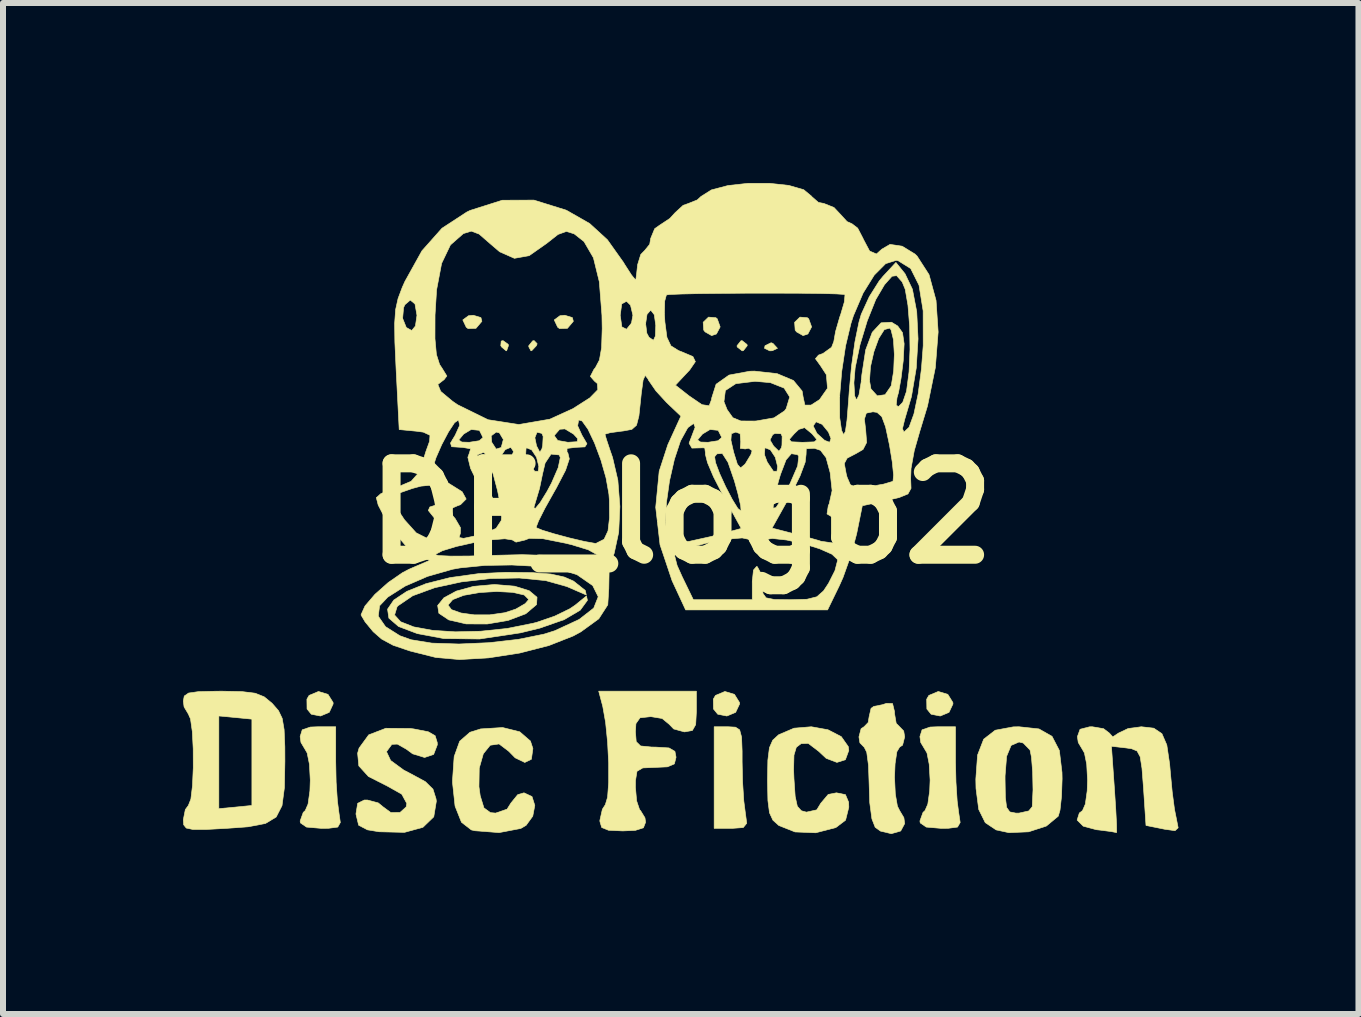
<source format=kicad_pcb>
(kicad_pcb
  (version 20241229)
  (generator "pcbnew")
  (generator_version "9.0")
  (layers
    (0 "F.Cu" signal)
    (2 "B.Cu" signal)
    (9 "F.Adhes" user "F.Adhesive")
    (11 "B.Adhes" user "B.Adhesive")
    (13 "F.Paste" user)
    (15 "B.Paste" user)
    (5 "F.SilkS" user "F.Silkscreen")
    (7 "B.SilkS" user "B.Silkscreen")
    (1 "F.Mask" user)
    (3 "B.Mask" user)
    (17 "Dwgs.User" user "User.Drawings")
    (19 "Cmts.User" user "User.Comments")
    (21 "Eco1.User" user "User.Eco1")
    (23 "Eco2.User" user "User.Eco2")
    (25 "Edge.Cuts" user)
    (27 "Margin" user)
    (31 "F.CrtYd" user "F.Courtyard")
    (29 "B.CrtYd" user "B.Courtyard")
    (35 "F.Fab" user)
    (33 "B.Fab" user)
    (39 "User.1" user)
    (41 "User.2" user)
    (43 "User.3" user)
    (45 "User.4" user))
  (footprint "DF_logo2"
    (layer "F.Cu")
    (at 8.302 5.506)
    (property "Reference" "DF_logo2" (at 0 0 0) (layer "F.SilkS") (effects (font (size 1.524 1.524) (thickness 0.3))))
    (attr through_hole)
    (fp_poly (pts (xy 1.53 -2.833) (xy 1.605 -2.751) (xy 1.519 -2.711) (xy 1.477 -2.709) (xy 1.389 -2.751) (xy 1.398 -2.795) (xy 1.499 -2.844) (xy 1.53 -2.833)) (stroke (width 0.01) (type solid)) (fill yes) (layer "F.SilkS"))
    (fp_poly (pts (xy -3.337 -3.263) (xy -3.321 -3.201) (xy -3.42 -3.084) (xy -3.551 -3.08) (xy -3.582 -3.103) (xy -3.639 -3.224) (xy -3.544 -3.294) (xy -3.464 -3.302) (xy -3.337 -3.263)) (stroke (width 0.01) (type solid)) (fill yes) (layer "F.SilkS"))
    (fp_poly (pts (xy -2.882 -2.817) (xy -2.879 -2.794) (xy -2.908 -2.712) (xy -2.916 -2.709) (xy -2.988 -2.769) (xy -3.006 -2.794) (xy -2.999 -2.872) (xy -2.968 -2.879) (xy -2.882 -2.817)) (stroke (width 0.01) (type solid)) (fill yes) (layer "F.SilkS"))
    (fp_poly (pts (xy -2.4 -2.827) (xy -2.413 -2.794) (xy -2.489 -2.713) (xy -2.503 -2.709) (xy -2.539 -2.775) (xy -2.54 -2.794) (xy -2.475 -2.875) (xy -2.45 -2.879) (xy -2.4 -2.827)) (stroke (width 0.01) (type solid)) (fill yes) (layer "F.SilkS"))
    (fp_poly (pts (xy -1.813 -3.263) (xy -1.797 -3.201) (xy -1.896 -3.084) (xy -2.027 -3.08) (xy -2.058 -3.103) (xy -2.115 -3.224) (xy -2.02 -3.294) (xy -1.94 -3.302) (xy -1.813 -3.263)) (stroke (width 0.01) (type solid)) (fill yes) (layer "F.SilkS"))
    (fp_poly (pts (xy 1.098 -2.814) (xy 1.101 -2.794) (xy 1.036 -2.712) (xy 1.016 -2.709) (xy 0.934 -2.774) (xy 0.931 -2.794) (xy 0.996 -2.876) (xy 1.016 -2.879) (xy 1.098 -2.814)) (stroke (width 0.01) (type solid)) (fill yes) (layer "F.SilkS"))
    (fp_poly (pts (xy 0.579 -3.261) (xy 0.602 -3.242) (xy 0.65 -3.108) (xy 0.588 -2.99) (xy 0.508 -2.963) (xy 0.399 -3.025) (xy 0.376 -3.055) (xy 0.367 -3.185) (xy 0.456 -3.271) (xy 0.579 -3.261)) (stroke (width 0.01) (type solid)) (fill yes) (layer "F.SilkS"))
    (fp_poly (pts (xy 2.103 -3.261) (xy 2.126 -3.242) (xy 2.174 -3.108) (xy 2.112 -2.99) (xy 2.032 -2.963) (xy 1.923 -3.025) (xy 1.9 -3.055) (xy 1.891 -3.185) (xy 1.98 -3.271) (xy 2.103 -3.261)) (stroke (width 0.01) (type solid)) (fill yes) (layer "F.SilkS"))
    (fp_poly (pts (xy -5.886 3.016) (xy -5.801 3.151) (xy -5.8 3.176) (xy -5.865 3.316) (xy -6.011 3.377) (xy -6.164 3.347) (xy -6.235 3.26) (xy -6.237 3.096) (xy -6.201 3.034) (xy -6.044 2.968) (xy -5.886 3.016)) (stroke (width 0.01) (type solid)) (fill yes) (layer "F.SilkS"))
    (fp_poly (pts (xy 0.888 3.016) (xy 0.972 3.151) (xy 0.974 3.176) (xy 0.908 3.316) (xy 0.762 3.377) (xy 0.61 3.347) (xy 0.539 3.26) (xy 0.536 3.096) (xy 0.572 3.034) (xy 0.729 2.968) (xy 0.888 3.016)) (stroke (width 0.01) (type solid)) (fill yes) (layer "F.SilkS"))
    (fp_poly (pts (xy 4.444 3.016) (xy 4.528 3.151) (xy 4.53 3.176) (xy 4.464 3.316) (xy 4.318 3.377) (xy 4.166 3.347) (xy 4.095 3.26) (xy 4.092 3.096) (xy 4.128 3.034) (xy 4.285 2.968) (xy 4.444 3.016)) (stroke (width 0.01) (type solid)) (fill yes) (layer "F.SilkS"))
    (fp_poly (pts (xy 0.906 3.563) (xy 0.975 3.608) (xy 1.007 3.728) (xy 1.016 3.962) (xy 1.016 4.138) (xy 1.024 4.48) (xy 1.044 4.792) (xy 1.069 4.985) (xy 1.093 5.164) (xy 1.035 5.236) (xy 0.855 5.249) (xy 0.836 5.249) (xy 0.55 5.249) (xy 0.55 3.556) (xy 0.783 3.556) (xy 0.906 3.563)) (stroke (width 0.01) (type solid)) (fill yes) (layer "F.SilkS"))
    (fp_poly (pts (xy -5.757 4.138) (xy -5.75 4.48) (xy -5.729 4.792) (xy -5.704 4.985) (xy -5.68 5.152) (xy -5.723 5.228) (xy -5.875 5.248) (xy -6.001 5.249) (xy -6.244 5.228) (xy -6.344 5.159) (xy -6.35 5.127) (xy -6.298 4.983) (xy -6.265 4.953) (xy -6.218 4.845) (xy -6.187 4.625) (xy -6.181 4.445) (xy -6.195 4.181) (xy -6.233 3.993) (xy -6.265 3.937) (xy -6.336 3.818) (xy -6.35 3.72) (xy -6.315 3.607) (xy -6.18 3.561) (xy -6.054 3.556) (xy -5.757 3.556) (xy -5.757 4.138)) (stroke (width 0.01) (type solid)) (fill yes) (layer "F.SilkS"))
    (fp_poly (pts (xy 4.572 4.138) (xy 4.58 4.48) (xy 4.6 4.792) (xy 4.625 4.985) (xy 4.65 5.152) (xy 4.606 5.228) (xy 4.454 5.248) (xy 4.329 5.249) (xy 4.085 5.228) (xy 3.985 5.159) (xy 3.979 5.127) (xy 4.031 4.983) (xy 4.064 4.953) (xy 4.111 4.845) (xy 4.142 4.625) (xy 4.149 4.445) (xy 4.134 4.181) (xy 4.097 3.993) (xy 4.064 3.937) (xy 3.993 3.818) (xy 3.979 3.72) (xy 4.015 3.607) (xy 4.149 3.561) (xy 4.276 3.556) (xy 4.572 3.556) (xy 4.572 4.138)) (stroke (width 0.01) (type solid)) (fill yes) (layer "F.SilkS"))
    (fp_poly (pts (xy -2.777 1.213) (xy -2.532 1.289) (xy -2.402 1.398) (xy -2.41 1.52) (xy -2.59 1.673) (xy -2.881 1.783) (xy -3.231 1.843) (xy -3.583 1.842) (xy -3.873 1.775) (xy -4.038 1.664) (xy -4.058 1.535) (xy -4.052 1.528) (xy -3.885 1.528) (xy -3.828 1.604) (xy -3.67 1.66) (xy -3.447 1.691) (xy -3.191 1.691) (xy -2.938 1.655) (xy -2.756 1.595) (xy -2.599 1.504) (xy -2.54 1.435) (xy -2.615 1.36) (xy -2.809 1.316) (xy -3.074 1.302) (xy -3.362 1.319) (xy -3.626 1.366) (xy -3.807 1.437) (xy -3.885 1.528) (xy -4.052 1.528) (xy -3.954 1.407) (xy -3.747 1.295) (xy -3.459 1.216) (xy -3.112 1.185) (xy -3.111 1.185) (xy -2.777 1.213)) (stroke (width 0.01) (type solid)) (fill yes) (layer "F.SilkS"))
    (fp_poly (pts (xy -2.69 3.64) (xy -2.512 3.794) (xy -2.471 3.919) (xy -2.496 4.098) (xy -2.606 4.151) (xy -2.766 4.074) (xy -2.873 3.965) (xy -3.035 3.842) (xy -3.182 3.864) (xy -3.297 4.006) (xy -3.365 4.245) (xy -3.37 4.555) (xy -3.349 4.706) (xy -3.287 4.908) (xy -3.179 4.987) (xy -3.092 4.995) (xy -2.901 4.929) (xy -2.836 4.826) (xy -2.724 4.688) (xy -2.619 4.657) (xy -2.486 4.719) (xy -2.439 4.867) (xy -2.473 5.046) (xy -2.584 5.199) (xy -2.673 5.251) (xy -3.034 5.32) (xy -3.436 5.289) (xy -3.497 5.275) (xy -3.661 5.148) (xy -3.768 4.879) (xy -3.81 4.489) (xy -3.81 4.445) (xy -3.783 4.053) (xy -3.691 3.797) (xy -3.52 3.648) (xy -3.342 3.592) (xy -2.976 3.569) (xy -2.69 3.64)) (stroke (width 0.01) (type solid)) (fill yes) (layer "F.SilkS"))
    (fp_poly (pts (xy 3.523 3.169) (xy 3.556 3.304) (xy 3.556 3.335) (xy 3.584 3.499) (xy 3.641 3.556) (xy 3.709 3.627) (xy 3.725 3.725) (xy 3.69 3.863) (xy 3.641 3.895) (xy 3.595 3.972) (xy 3.565 4.173) (xy 3.556 4.398) (xy 3.569 4.675) (xy 3.604 4.879) (xy 3.641 4.953) (xy 3.712 5.072) (xy 3.725 5.17) (xy 3.659 5.293) (xy 3.503 5.338) (xy 3.322 5.295) (xy 3.234 5.232) (xy 3.179 5.091) (xy 3.143 4.821) (xy 3.133 4.513) (xy 3.122 4.199) (xy 3.093 3.981) (xy 3.05 3.895) (xy 3.048 3.895) (xy 2.979 3.824) (xy 2.963 3.725) (xy 2.999 3.588) (xy 3.048 3.556) (xy 3.117 3.485) (xy 3.133 3.387) (xy 3.165 3.249) (xy 3.21 3.217) (xy 3.352 3.189) (xy 3.422 3.166) (xy 3.523 3.169)) (stroke (width 0.01) (type solid)) (fill yes) (layer "F.SilkS"))
    (fp_poly (pts (xy 5.963 3.592) (xy 6.181 3.716) (xy 6.303 3.951) (xy 6.347 4.318) (xy 6.349 4.424) (xy 6.339 4.717) (xy 6.314 4.945) (xy 6.285 5.046) (xy 6.086 5.211) (xy 5.79 5.307) (xy 5.462 5.321) (xy 5.249 5.275) (xy 5.068 5.154) (xy 4.959 4.933) (xy 4.914 4.584) (xy 4.911 4.43) (xy 5.398 4.43) (xy 5.403 4.731) (xy 5.424 4.9) (xy 5.477 4.975) (xy 5.577 4.995) (xy 5.63 4.995) (xy 5.793 4.959) (xy 5.851 4.889) (xy 5.864 4.609) (xy 5.858 4.311) (xy 5.838 4.06) (xy 5.814 3.943) (xy 5.701 3.827) (xy 5.63 3.81) (xy 5.499 3.867) (xy 5.424 4.049) (xy 5.398 4.375) (xy 5.398 4.43) (xy 4.911 4.43) (xy 4.911 4.429) (xy 4.94 4.027) (xy 5.042 3.763) (xy 5.234 3.614) (xy 5.535 3.558) (xy 5.63 3.556) (xy 5.963 3.592)) (stroke (width 0.01) (type solid)) (fill yes) (layer "F.SilkS"))
    (fp_poly (pts (xy 2.447 3.606) (xy 2.668 3.72) (xy 2.786 3.888) (xy 2.794 3.951) (xy 2.737 4.106) (xy 2.596 4.15) (xy 2.417 4.082) (xy 2.292 3.965) (xy 2.118 3.833) (xy 1.999 3.837) (xy 1.919 3.898) (xy 1.88 4.029) (xy 1.874 4.27) (xy 1.88 4.423) (xy 1.9 4.716) (xy 1.936 4.881) (xy 2.003 4.956) (xy 2.088 4.979) (xy 2.26 4.941) (xy 2.327 4.831) (xy 2.451 4.684) (xy 2.588 4.657) (xy 2.738 4.687) (xy 2.791 4.813) (xy 2.794 4.897) (xy 2.74 5.113) (xy 2.578 5.236) (xy 2.243 5.323) (xy 1.898 5.309) (xy 1.628 5.202) (xy 1.529 5.113) (xy 1.472 4.989) (xy 1.446 4.786) (xy 1.439 4.46) (xy 1.439 4.445) (xy 1.445 4.113) (xy 1.471 3.906) (xy 1.526 3.78) (xy 1.623 3.691) (xy 1.628 3.688) (xy 1.881 3.58) (xy 2.169 3.556) (xy 2.447 3.606)) (stroke (width 0.01) (type solid)) (fill yes) (layer "F.SilkS"))
    (fp_poly (pts (xy -7.319 2.97) (xy -7.099 2.997) (xy -6.949 3.057) (xy -6.822 3.161) (xy -6.812 3.171) (xy -6.711 3.287) (xy -6.649 3.416) (xy -6.617 3.603) (xy -6.605 3.889) (xy -6.604 4.129) (xy -6.612 4.57) (xy -6.652 4.871) (xy -6.749 5.06) (xy -6.928 5.168) (xy -7.215 5.223) (xy -7.571 5.249) (xy -7.921 5.268) (xy -8.136 5.268) (xy -8.248 5.244) (xy -8.291 5.19) (xy -8.297 5.106) (xy -8.263 4.935) (xy -8.252 4.921) (xy -7.705 4.921) (xy -7.154 4.868) (xy -7.154 3.429) (xy -7.429 3.402) (xy -7.705 3.376) (xy -7.705 4.921) (xy -8.252 4.921) (xy -8.213 4.868) (xy -8.171 4.762) (xy -8.144 4.537) (xy -8.131 4.241) (xy -8.132 3.924) (xy -8.147 3.636) (xy -8.177 3.425) (xy -8.213 3.344) (xy -8.284 3.225) (xy -8.297 3.128) (xy -8.281 3.044) (xy -8.209 2.994) (xy -8.047 2.971) (xy -7.76 2.964) (xy -7.658 2.963) (xy -7.319 2.97)) (stroke (width 0.01) (type solid)) (fill yes) (layer "F.SilkS"))
    (fp_poly (pts (xy -4.511 3.585) (xy -4.458 3.592) (xy -4.216 3.639) (xy -4.1 3.705) (xy -4.065 3.819) (xy -4.064 3.858) (xy -4.125 4.017) (xy -4.276 4.068) (xy -4.475 4.007) (xy -4.581 3.929) (xy -4.73 3.845) (xy -4.821 3.849) (xy -4.911 3.971) (xy -4.842 4.118) (xy -4.622 4.279) (xy -4.508 4.338) (xy -4.263 4.471) (xy -4.136 4.596) (xy -4.085 4.758) (xy -4.08 4.797) (xy -4.123 5.057) (xy -4.304 5.232) (xy -4.611 5.316) (xy -5.033 5.306) (xy -5.228 5.274) (xy -5.375 5.197) (xy -5.419 5.014) (xy -5.419 5.004) (xy -5.391 4.832) (xy -5.281 4.777) (xy -5.228 4.777) (xy -5.048 4.825) (xy -4.97 4.889) (xy -4.839 4.986) (xy -4.685 4.984) (xy -4.583 4.892) (xy -4.572 4.835) (xy -4.656 4.68) (xy -4.894 4.546) (xy -5.211 4.385) (xy -5.372 4.208) (xy -5.392 3.997) (xy -5.368 3.912) (xy -5.207 3.691) (xy -4.921 3.581) (xy -4.511 3.585)) (stroke (width 0.01) (type solid)) (fill yes) (layer "F.SilkS"))
    (fp_poly (pts (xy -2.483 0.987) (xy -2.172 1.011) (xy -1.947 1.061) (xy -1.794 1.128) (xy -1.597 1.285) (xy -1.581 1.36) (xy -1.905 1.219) (xy -2.258 1.12) (xy -2.697 1.077) (xy -3.179 1.086) (xy -3.664 1.142) (xy -4.109 1.239) (xy -4.474 1.373) (xy -4.718 1.539) (xy -4.735 1.558) (xy -4.776 1.694) (xy -4.675 1.806) (xy -4.456 1.892) (xy -4.144 1.949) (xy -3.764 1.974) (xy -3.341 1.964) (xy -2.9 1.918) (xy -2.467 1.831) (xy -2.402 1.814) (xy -2.109 1.713) (xy -1.856 1.59) (xy -1.767 1.53) (xy -1.578 1.376) (xy -1.562 1.449) (xy -1.682 1.613) (xy -1.948 1.77) (xy -2.355 1.912) (xy -2.679 1.991) (xy -3.359 2.093) (xy -3.955 2.086) (xy -4.395 2.004) (xy -4.71 1.885) (xy -4.871 1.746) (xy -4.893 1.596) (xy -4.789 1.444) (xy -4.572 1.3) (xy -4.254 1.172) (xy -3.851 1.07) (xy -3.375 1.004) (xy -2.921 0.982) (xy -2.483 0.987)) (stroke (width 0.01) (type solid)) (fill yes) (layer "F.SilkS"))
    (fp_poly (pts (xy 0.254 3.302) (xy 0.242 3.521) (xy 0.187 3.618) (xy 0.061 3.641) (xy 0.051 3.641) (xy -0.124 3.593) (xy -0.2 3.514) (xy -0.317 3.418) (xy -0.505 3.387) (xy -0.686 3.407) (xy -0.754 3.504) (xy -0.762 3.641) (xy -0.749 3.804) (xy -0.676 3.876) (xy -0.496 3.894) (xy -0.423 3.895) (xy -0.202 3.909) (xy -0.104 3.966) (xy -0.085 4.064) (xy -0.113 4.175) (xy -0.228 4.224) (xy -0.423 4.233) (xy -0.64 4.242) (xy -0.736 4.298) (xy -0.761 4.452) (xy -0.762 4.567) (xy -0.742 4.792) (xy -0.693 4.937) (xy -0.677 4.953) (xy -0.603 5.074) (xy -0.593 5.148) (xy -0.629 5.24) (xy -0.764 5.283) (xy -0.974 5.292) (xy -1.211 5.281) (xy -1.324 5.235) (xy -1.354 5.135) (xy -1.355 5.118) (xy -1.313 4.931) (xy -1.263 4.853) (xy -1.226 4.729) (xy -1.208 4.484) (xy -1.208 4.163) (xy -1.226 3.815) (xy -1.259 3.485) (xy -1.306 3.219) (xy -1.312 3.196) (xy -1.374 2.963) (xy 0.254 2.963) (xy 0.254 3.302)) (stroke (width 0.01) (type solid)) (fill yes) (layer "F.SilkS"))
    (fp_poly (pts (xy 7.877 3.58) (xy 8.012 3.671) (xy 8.094 3.86) (xy 8.141 4.178) (xy 8.153 4.318) (xy 8.184 4.644) (xy 8.222 4.933) (xy 8.254 5.092) (xy 8.283 5.24) (xy 8.231 5.288) (xy 8.059 5.264) (xy 8.03 5.258) (xy 7.747 5.201) (xy 7.705 4.569) (xy 7.68 4.247) (xy 7.65 4.056) (xy 7.598 3.96) (xy 7.507 3.922) (xy 7.416 3.909) (xy 7.171 3.881) (xy 7.222 4.607) (xy 7.243 4.932) (xy 7.256 5.178) (xy 7.258 5.308) (xy 7.256 5.32) (xy 7.17 5.303) (xy 6.977 5.278) (xy 6.921 5.272) (xy 6.701 5.213) (xy 6.599 5.111) (xy 6.636 4.994) (xy 6.689 4.953) (xy 6.736 4.845) (xy 6.767 4.625) (xy 6.773 4.445) (xy 6.759 4.181) (xy 6.721 3.993) (xy 6.689 3.937) (xy 6.618 3.818) (xy 6.604 3.72) (xy 6.648 3.598) (xy 6.806 3.557) (xy 6.851 3.556) (xy 7.04 3.588) (xy 7.137 3.662) (xy 7.193 3.725) (xy 7.288 3.662) (xy 7.448 3.586) (xy 7.669 3.556) (xy 7.877 3.58)) (stroke (width 0.01) (type solid)) (fill yes) (layer "F.SilkS"))
    (fp_poly (pts (xy 1.794 -5.466) (xy 2.043 -5.394) (xy 2.173 -5.286) (xy 2.175 -5.281) (xy 2.287 -5.183) (xy 2.379 -5.165) (xy 2.547 -5.098) (xy 2.644 -4.995) (xy 2.765 -4.863) (xy 2.848 -4.826) (xy 2.942 -4.754) (xy 3.032 -4.581) (xy 3.035 -4.572) (xy 3.141 -4.372) (xy 3.255 -4.323) (xy 3.344 -4.403) (xy 3.481 -4.483) (xy 3.683 -4.453) (xy 3.897 -4.322) (xy 3.932 -4.288) (xy 4.131 -3.979) (xy 4.248 -3.549) (xy 4.283 -3.023) (xy 4.236 -2.428) (xy 4.106 -1.792) (xy 3.976 -1.364) (xy 3.885 -1.046) (xy 3.831 -0.749) (xy 3.825 -0.58) (xy 3.831 -0.417) (xy 3.78 -0.324) (xy 3.633 -0.264) (xy 3.436 -0.218) (xy 3.019 -0.127) (xy 2.925 0.339) (xy 2.83 0.697) (xy 2.698 1.067) (xy 2.636 1.206) (xy 2.44 1.609) (xy 0.075 1.609) (xy -0.151 1.122) (xy -0.291 0.704) (xy -0.109 0.704) (xy -0.068 0.866) (xy 0.017 1.056) (xy 0.203 1.439) (xy 1.185 1.439) (xy 1.185 1.138) (xy 1.205 0.945) (xy 1.258 0.884) (xy 1.27 0.889) (xy 1.331 1.003) (xy 1.355 1.19) (xy 1.363 1.333) (xy 1.415 1.407) (xy 1.553 1.435) (xy 1.818 1.439) (xy 1.822 1.439) (xy 2.097 1.431) (xy 2.261 1.39) (xy 2.374 1.29) (xy 2.457 1.164) (xy 2.563 0.954) (xy 2.606 0.788) (xy 2.604 0.767) (xy 2.514 0.681) (xy 2.309 0.59) (xy 2.04 0.506) (xy 1.759 0.444) (xy 1.52 0.418) (xy 1.374 0.44) (xy 1.364 0.448) (xy 1.238 0.484) (xy 1.163 0.44) (xy 1.018 0.409) (xy 0.752 0.431) (xy 0.403 0.5) (xy 0.011 0.611) (xy -0.064 0.636) (xy -0.109 0.704) (xy -0.291 0.704) (xy -0.352 0.523) (xy -0.396 0.14) (xy -0.261 0.14) (xy -0.234 0.375) (xy -0.191 0.458) (xy -0.083 0.488) (xy 0.14 0.465) (xy 0.496 0.386) (xy 0.687 0.336) (xy 1.002 0.251) (xy 0.998 0.245) (xy 1.515 0.245) (xy 1.879 0.339) (xy 2.121 0.403) (xy 2.294 0.452) (xy 2.328 0.464) (xy 2.561 0.498) (xy 2.717 0.419) (xy 2.743 0.374) (xy 2.787 0.175) (xy 2.794 0.067) (xy 2.774 -0.05) (xy 2.691 -0.02) (xy 2.671 -0.003) (xy 2.52 0.063) (xy 2.431 0.009) (xy 2.453 -0.133) (xy 2.466 -0.155) (xy 2.516 -0.38) (xy 2.483 -0.68) (xy 2.442 -0.831) (xy 2.719 -0.831) (xy 2.75 -0.663) (xy 2.765 -0.604) (xy 2.82 -0.477) (xy 2.927 -0.432) (xy 3.141 -0.448) (xy 3.152 -0.449) (xy 3.375 -0.488) (xy 3.516 -0.53) (xy 3.531 -0.539) (xy 3.54 -0.64) (xy 3.518 -0.858) (xy 3.472 -1.139) (xy 3.407 -1.442) (xy 3.344 -1.612) (xy 3.265 -1.683) (xy 3.197 -1.693) (xy 3.086 -1.671) (xy 3.054 -1.572) (xy 3.075 -1.393) (xy 3.091 -1.181) (xy 3.031 -1.065) (xy 2.916 -0.998) (xy 2.766 -0.92) (xy 2.719 -0.831) (xy 2.442 -0.831) (xy 2.415 -0.929) (xy 2.322 -1.051) (xy 2.221 -1.085) (xy 2.085 -1.077) (xy 2.082 -0.985) (xy 2.067 -0.853) (xy 1.981 -0.623) (xy 1.843 -0.342) (xy 1.823 -0.306) (xy 1.515 0.245) (xy 0.998 0.245) (xy 0.686 -0.323) (xy 0.539 -0.61) (xy 0.439 -0.846) (xy 0.414 -0.944) (xy 0.558 -0.944) (xy 0.572 -0.848) (xy 0.641 -0.665) (xy 0.742 -0.444) (xy 0.852 -0.233) (xy 0.945 -0.082) (xy 0.999 -0.039) (xy 0.995 -0.087) (xy 1.532 -0.087) (xy 1.58 -0.096) (xy 1.69 -0.263) (xy 1.818 -0.504) (xy 1.942 -0.791) (xy 1.96 -0.952) (xy 1.939 -0.979) (xy 1.837 -0.995) (xy 1.748 -0.892) (xy 1.655 -0.648) (xy 1.623 -0.541) (xy 1.546 -0.235) (xy 1.532 -0.087) (xy 0.995 -0.087) (xy 0.992 -0.128) (xy 0.946 -0.331) (xy 0.888 -0.541) (xy 0.781 -0.851) (xy 0.686 -0.999) (xy 0.596 -0.992) (xy 0.558 -0.944) (xy 0.414 -0.944) (xy 0.403 -0.989) (xy 0.405 -1.002) (xy 0.394 -1.089) (xy 0.368 -1.093) (xy 0.18 -1.088) (xy 0.132 -1.17) (xy 0.153 -1.224) (xy 0.273 -1.224) (xy 0.323 -1.189) (xy 0.448 -1.185) (xy 0.615 -1.211) (xy 0.626 -1.22) (xy 0.829 -1.22) (xy 0.874 -1.022) (xy 0.937 -0.819) (xy 0.99 -0.758) (xy 1.059 -0.815) (xy 1.072 -0.831) (xy 1.161 -0.978) (xy 1.388 -0.978) (xy 1.435 -0.854) (xy 1.538 -0.702) (xy 1.597 -0.702) (xy 1.607 -0.783) (xy 1.569 -0.935) (xy 1.488 -1.058) (xy 1.406 -1.092) (xy 1.395 -1.084) (xy 1.388 -0.978) (xy 1.161 -0.978) (xy 1.162 -0.979) (xy 1.183 -1.046) (xy 1.124 -1.086) (xy 1.068 -1.074) (xy 0.985 -1.084) (xy 0.993 -1.192) (xy 0.991 -1.223) (xy 1.481 -1.223) (xy 1.541 -1.122) (xy 1.63 -1.036) (xy 1.67 -1.092) (xy 1.68 -1.136) (xy 1.682 -1.233) (xy 1.803 -1.233) (xy 1.837 -1.193) (xy 2.013 -1.185) (xy 2.032 -1.185) (xy 2.219 -1.192) (xy 2.262 -1.229) (xy 2.186 -1.321) (xy 2.177 -1.33) (xy 2.057 -1.429) (xy 1.961 -1.4) (xy 1.887 -1.33) (xy 1.803 -1.233) (xy 1.682 -1.233) (xy 1.683 -1.285) (xy 1.664 -1.327) (xy 1.564 -1.332) (xy 1.526 -1.313) (xy 1.481 -1.223) (xy 0.991 -1.223) (xy 0.983 -1.328) (xy 0.911 -1.355) (xy 0.837 -1.328) (xy 0.829 -1.22) (xy 0.626 -1.22) (xy 0.677 -1.265) (xy 0.617 -1.384) (xy 0.481 -1.398) (xy 0.355 -1.322) (xy 0.273 -1.224) (xy 0.153 -1.224) (xy 0.173 -1.277) (xy 0.233 -1.436) (xy 0.225 -1.456) (xy 2.201 -1.456) (xy 2.263 -1.333) (xy 2.391 -1.217) (xy 2.475 -1.185) (xy 2.497 -1.247) (xy 2.455 -1.355) (xy 2.35 -1.484) (xy 2.248 -1.526) (xy 2.201 -1.458) (xy 2.201 -1.456) (xy 0.225 -1.456) (xy 0.209 -1.499) (xy 0.119 -1.435) (xy 0.106 -1.42) (xy -0.011 -1.208) (xy -0.113 -0.9) (xy -0.194 -0.543) (xy -0.245 -0.181) (xy -0.261 0.14) (xy -0.396 0.14) (xy -0.424 -0.101) (xy -0.366 -0.702) (xy -0.222 -1.144) (xy -0.004 -1.621) (xy -0.243 -1.848) (xy -0.421 -2.042) (xy -0.545 -2.222) (xy -0.555 -2.244) (xy -0.599 -2.3) (xy -0.634 -2.222) (xy -0.665 -1.994) (xy -0.674 -1.905) (xy -0.704 -1.624) (xy -0.744 -1.469) (xy -0.822 -1.4) (xy -0.961 -1.374) (xy -0.995 -1.37) (xy -1.182 -1.345) (xy -1.269 -1.32) (xy -1.27 -1.318) (xy -1.244 -1.229) (xy -1.18 -1.037) (xy -1.143 -0.931) (xy -1.055 -0.553) (xy -1.021 -0.114) (xy -1.041 0.315) (xy -1.116 0.665) (xy -1.131 0.704) (xy -1.201 0.982) (xy -1.206 1.255) (xy -1.223 1.524) (xy -1.373 1.757) (xy -1.672 1.974) (xy -1.797 2.042) (xy -2.203 2.202) (xy -2.693 2.328) (xy -3.21 2.408) (xy -3.694 2.436) (xy -4.088 2.401) (xy -4.106 2.397) (xy -4.516 2.294) (xy -4.798 2.199) (xy -4.992 2.094) (xy -5.132 1.972) (xy -5.267 1.808) (xy -5.323 1.713) (xy -5.048 1.713) (xy -4.927 1.888) (xy -4.688 2.039) (xy -4.501 2.106) (xy -4.155 2.162) (xy -3.703 2.177) (xy -3.203 2.155) (xy -2.712 2.099) (xy -2.288 2.013) (xy -2.107 1.956) (xy -1.699 1.767) (xy -1.457 1.578) (xy -1.382 1.389) (xy -1.474 1.203) (xy -1.734 1.023) (xy -1.743 1.019) (xy -2.004 0.938) (xy -2.38 0.884) (xy -2.819 0.86) (xy -3.27 0.867) (xy -3.681 0.908) (xy -3.81 0.931) (xy -4.227 1.05) (xy -4.602 1.213) (xy -4.89 1.396) (xy -5.026 1.54) (xy -5.048 1.713) (xy -5.323 1.713) (xy -5.333 1.696) (xy -5.334 1.687) (xy -5.269 1.543) (xy -5.104 1.35) (xy -4.881 1.152) (xy -4.644 0.988) (xy -4.535 0.931) (xy -4.191 0.783) (xy -4.398 0.686) (xy -4.102 0.686) (xy -4.043 0.703) (xy -3.847 0.712) (xy -3.542 0.711) (xy -3.161 0.7) (xy -3.156 0.7) (xy -2.65 0.688) (xy -2.277 0.699) (xy -2.002 0.735) (xy -1.82 0.787) (xy -1.561 0.879) (xy -1.421 0.912) (xy -1.366 0.883) (xy -1.355 0.794) (xy -1.355 0.783) (xy -1.399 0.69) (xy -1.547 0.607) (xy -1.828 0.521) (xy -1.927 0.497) (xy -2.302 0.422) (xy -2.532 0.416) (xy -2.603 0.444) (xy -2.752 0.479) (xy -2.815 0.442) (xy -2.939 0.423) (xy -3.171 0.441) (xy -3.457 0.487) (xy -3.745 0.551) (xy -3.978 0.622) (xy -4.102 0.686) (xy -4.398 0.686) (xy -4.424 0.674) (xy -4.58 0.55) (xy -4.762 0.336) (xy -4.931 0.088) (xy -5.049 -0.139) (xy -5.08 -0.26) (xy -4.826 -0.26) (xy -4.782 -0.165) (xy -4.672 0.015) (xy -4.611 0.107) (xy -4.416 0.324) (xy -4.223 0.421) (xy -4.065 0.387) (xy -4.018 0.333) (xy -4.027 0.211) (xy -4.114 0.076) (xy -4.214 -0.049) (xy -4.188 -0.107) (xy -4.08 -0.141) (xy -3.92 -0.217) (xy -3.925 -0.325) (xy -4.015 -0.418) (xy -4.142 -0.473) (xy -4.337 -0.454) (xy -4.481 -0.415) (xy -4.693 -0.341) (xy -4.814 -0.277) (xy -4.826 -0.26) (xy -5.08 -0.26) (xy -5.08 -0.261) (xy -5.007 -0.327) (xy -4.824 -0.406) (xy -4.742 -0.433) (xy -4.5 -0.535) (xy -4.37 -0.682) (xy -4.362 -0.704) (xy -4.147 -0.704) (xy -4.077 -0.624) (xy -3.909 -0.519) (xy -3.877 -0.503) (xy -3.65 -0.361) (xy -3.583 -0.239) (xy -3.677 -0.145) (xy -3.727 -0.127) (xy -3.85 -0.073) (xy -3.836 0.005) (xy -3.766 0.087) (xy -3.678 0.238) (xy -3.68 0.333) (xy -3.701 0.402) (xy -3.626 0.416) (xy -3.429 0.374) (xy -3.299 0.339) (xy -3.084 0.25) (xy -3.072 0.231) (xy -2.417 0.231) (xy -2.415 0.238) (xy -2.315 0.28) (xy -2.108 0.343) (xy -1.854 0.411) (xy -1.611 0.468) (xy -1.438 0.499) (xy -1.42 0.5) (xy -1.284 0.431) (xy -1.219 0.292) (xy -1.194 0.074) (xy -1.196 -0.215) (xy -1.204 -0.322) (xy -1.252 -0.592) (xy -1.337 -0.888) (xy -1.443 -1.172) (xy -1.553 -1.403) (xy -1.651 -1.54) (xy -1.708 -1.557) (xy -1.725 -1.46) (xy -1.654 -1.304) (xy -1.57 -1.16) (xy -1.605 -1.108) (xy -1.751 -1.101) (xy -1.902 -1.083) (xy -1.902 -1.022) (xy -1.888 -1.008) (xy -1.864 -0.908) (xy -1.926 -0.72) (xy -2.08 -0.424) (xy -2.12 -0.354) (xy -2.271 -0.084) (xy -2.376 0.124) (xy -2.417 0.231) (xy -3.072 0.231) (xy -2.999 0.12) (xy -2.993 0.065) (xy -3.007 -0.095) (xy -2.456 -0.095) (xy -2.429 -0.083) (xy -2.349 -0.18) (xy -2.235 -0.366) (xy -2.161 -0.504) (xy -2.049 -0.762) (xy -2.014 -0.931) (xy -2.033 -0.974) (xy -2.168 -0.988) (xy -2.267 -0.839) (xy -2.31 -0.658) (xy -2.36 -0.417) (xy -2.415 -0.233) (xy -2.456 -0.095) (xy -3.007 -0.095) (xy -3.009 -0.126) (xy -3.06 -0.379) (xy -3.13 -0.644) (xy -3.177 -0.784) (xy -3.045 -0.784) (xy -3.02 -0.715) (xy -2.932 -0.781) (xy -2.918 -0.799) (xy -2.822 -0.952) (xy -2.813 -0.978) (xy -2.591 -0.978) (xy -2.544 -0.854) (xy -2.441 -0.702) (xy -2.382 -0.702) (xy -2.372 -0.783) (xy -2.41 -0.935) (xy -2.491 -1.058) (xy -2.573 -1.092) (xy -2.585 -1.084) (xy -2.591 -0.978) (xy -2.813 -0.978) (xy -2.794 -1.032) (xy -2.839 -1.101) (xy -2.931 -1.063) (xy -2.997 -0.967) (xy -3.045 -0.784) (xy -3.177 -0.784) (xy -3.205 -0.868) (xy -3.271 -1) (xy -3.294 -1.016) (xy -3.395 -0.976) (xy -3.398 -0.842) (xy -3.303 -0.598) (xy -3.25 -0.489) (xy -3.118 -0.203) (xy -3.074 -0.058) (xy -3.111 -0.056) (xy -3.218 -0.2) (xy -3.366 -0.455) (xy -3.51 -0.751) (xy -3.555 -0.935) (xy -3.528 -1.01) (xy -3.509 -1.077) (xy -3.644 -1.1) (xy -3.668 -1.101) (xy -3.825 -1.111) (xy -3.844 -1.172) (xy -3.813 -1.224) (xy -3.706 -1.224) (xy -3.656 -1.189) (xy -3.532 -1.185) (xy -3.364 -1.211) (xy -3.302 -1.265) (xy -3.316 -1.292) (xy -3.166 -1.292) (xy -3.157 -1.186) (xy -3.083 -1.072) (xy -2.999 -1.098) (xy -2.963 -1.233) (xy -2.981 -1.261) (xy -2.438 -1.261) (xy -2.41 -1.125) (xy -2.355 -1.019) (xy -2.322 -1.072) (xy -2.308 -1.128) (xy -2.3 -1.282) (xy -2.306 -1.297) (xy -2.115 -1.297) (xy -2.057 -1.215) (xy -1.887 -1.185) (xy -1.732 -1.195) (xy -1.724 -1.246) (xy -1.794 -1.322) (xy -1.937 -1.408) (xy -2.024 -1.402) (xy -2.115 -1.297) (xy -2.306 -1.297) (xy -2.321 -1.333) (xy -2.402 -1.353) (xy -2.438 -1.261) (xy -2.981 -1.261) (xy -3.029 -1.342) (xy -3.082 -1.355) (xy -3.166 -1.292) (xy -3.316 -1.292) (xy -3.362 -1.384) (xy -3.499 -1.398) (xy -3.625 -1.322) (xy -3.706 -1.224) (xy -3.813 -1.224) (xy -3.765 -1.304) (xy -3.691 -1.468) (xy -3.711 -1.557) (xy -3.777 -1.511) (xy -3.878 -1.357) (xy -3.99 -1.146) (xy -4.086 -0.927) (xy -4.142 -0.751) (xy -4.147 -0.704) (xy -4.362 -0.704) (xy -4.327 -0.796) (xy -4.255 -1.029) (xy -4.193 -1.201) (xy -4.186 -1.302) (xy -4.297 -1.354) (xy -4.417 -1.37) (xy -4.699 -1.397) (xy -4.751 -2.413) (xy -4.771 -2.853) (xy -4.772 -2.912) (xy -4.103 -2.912) (xy -4.079 -2.649) (xy -4.026 -2.482) (xy -3.986 -2.422) (xy -3.905 -2.29) (xy -3.953 -2.226) (xy -3.958 -2.224) (xy -4.055 -2.149) (xy -4.007 -2.033) (xy -3.809 -1.868) (xy -3.727 -1.811) (xy -3.218 -1.561) (xy -2.705 -1.481) (xy -2.188 -1.57) (xy -1.804 -1.745) (xy -1.522 -1.925) (xy -1.389 -2.061) (xy -1.397 -2.164) (xy -1.446 -2.206) (xy -1.513 -2.283) (xy -1.454 -2.399) (xy -1.429 -2.429) (xy -1.362 -2.556) (xy -1.326 -2.761) (xy -1.316 -3.079) (xy -1.32 -3.302) (xy -1.016 -3.302) (xy -0.988 -3.108) (xy -0.91 -3.069) (xy -0.835 -3.162) (xy -0.592 -3.162) (xy -0.572 -3.002) (xy -0.536 -2.935) (xy -0.462 -2.885) (xy -0.43 -2.954) (xy -0.423 -3.133) (xy -0.448 -3.311) (xy -0.46 -3.327) (xy -0.279 -3.327) (xy -0.271 -3.189) (xy -0.237 -2.933) (xy -0.171 -2.793) (xy -0.043 -2.713) (xy 0.009 -2.693) (xy 0.196 -2.614) (xy 0.237 -2.529) (xy 0.142 -2.39) (xy 0.079 -2.323) (xy -0.095 -2.137) (xy 0.133 -1.958) (xy 0.347 -1.812) (xy 0.467 -1.794) (xy 0.493 -1.862) (xy 0.713 -1.862) (xy 0.766 -1.729) (xy 0.861 -1.595) (xy 0.995 -1.54) (xy 1.228 -1.539) (xy 1.256 -1.541) (xy 1.547 -1.592) (xy 1.722 -1.708) (xy 1.751 -1.747) (xy 1.809 -1.94) (xy 1.716 -2.088) (xy 1.487 -2.179) (xy 1.232 -2.201) (xy 0.911 -2.162) (xy 0.737 -2.048) (xy 0.713 -1.862) (xy 0.493 -1.862) (xy 0.508 -1.902) (xy 0.508 -1.919) (xy 0.582 -2.152) (xy 0.798 -2.305) (xy 1.143 -2.369) (xy 1.222 -2.371) (xy 1.599 -2.329) (xy 1.871 -2.215) (xy 2.016 -2.039) (xy 2.032 -1.943) (xy 2.062 -1.805) (xy 2.165 -1.805) (xy 2.307 -1.896) (xy 2.345 -1.951) (xy 2.641 -1.951) (xy 2.642 -1.596) (xy 2.673 -1.384) (xy 2.707 -1.313) (xy 2.737 -1.364) (xy 2.764 -1.552) (xy 2.791 -1.89) (xy 2.801 -2.032) (xy 2.814 -2.178) (xy 2.879 -2.178) (xy 2.892 -1.957) (xy 2.923 -1.891) (xy 2.963 -1.972) (xy 3 -2.188) (xy 3.002 -2.212) (xy 3.139 -2.212) (xy 3.163 -2.075) (xy 3.268 -1.959) (xy 3.399 -1.978) (xy 3.498 -2.122) (xy 3.503 -2.138) (xy 3.542 -2.376) (xy 3.553 -2.649) (xy 3.538 -2.896) (xy 3.498 -3.059) (xy 3.476 -3.088) (xy 3.386 -3.063) (xy 3.293 -2.916) (xy 3.212 -2.694) (xy 3.155 -2.444) (xy 3.139 -2.212) (xy 3.002 -2.212) (xy 3.011 -2.308) (xy 3.075 -2.724) (xy 3.185 -3.018) (xy 3.332 -3.176) (xy 3.506 -3.186) (xy 3.609 -3.123) (xy 3.689 -3.012) (xy 3.716 -2.827) (xy 3.701 -2.542) (xy 3.665 -2.253) (xy 3.623 -2.017) (xy 3.597 -1.926) (xy 3.584 -1.805) (xy 3.621 -1.778) (xy 3.693 -1.851) (xy 3.754 -2.029) (xy 3.757 -2.043) (xy 3.798 -2.358) (xy 3.814 -2.732) (xy 3.808 -3.118) (xy 3.78 -3.468) (xy 3.734 -3.735) (xy 3.684 -3.857) (xy 3.591 -3.962) (xy 3.514 -3.952) (xy 3.395 -3.818) (xy 3.388 -3.81) (xy 3.243 -3.563) (xy 3.101 -3.208) (xy 2.98 -2.809) (xy 2.9 -2.426) (xy 2.879 -2.178) (xy 2.814 -2.178) (xy 2.839 -2.453) (xy 2.896 -2.858) (xy 2.963 -3.186) (xy 3.001 -3.317) (xy 3.135 -3.61) (xy 3.301 -3.874) (xy 3.362 -3.948) (xy 3.579 -4.182) (xy 3.731 -3.994) (xy 3.854 -3.736) (xy 3.926 -3.36) (xy 3.948 -2.908) (xy 3.918 -2.422) (xy 3.838 -1.946) (xy 3.725 -1.564) (xy 3.688 -1.411) (xy 3.713 -1.355) (xy 3.798 -1.435) (xy 3.879 -1.656) (xy 3.95 -1.992) (xy 4.005 -2.413) (xy 4.034 -2.794) (xy 4.033 -3.375) (xy 3.964 -3.803) (xy 3.825 -4.081) (xy 3.616 -4.211) (xy 3.582 -4.217) (xy 3.408 -4.162) (xy 3.218 -3.971) (xy 3.032 -3.671) (xy 2.871 -3.294) (xy 2.83 -3.167) (xy 2.74 -2.791) (xy 2.676 -2.367) (xy 2.641 -1.951) (xy 2.345 -1.951) (xy 2.439 -2.085) (xy 2.42 -2.311) (xy 2.322 -2.462) (xy 2.238 -2.578) (xy 2.289 -2.638) (xy 2.364 -2.665) (xy 2.507 -2.768) (xy 2.544 -2.863) (xy 2.574 -3.033) (xy 2.643 -3.272) (xy 2.661 -3.323) (xy 2.72 -3.524) (xy 2.73 -3.639) (xy 2.721 -3.649) (xy 2.584 -3.658) (xy 2.322 -3.665) (xy 1.968 -3.669) (xy 1.556 -3.67) (xy 1.119 -3.67) (xy 0.692 -3.667) (xy 0.309 -3.663) (xy 0.003 -3.656) (xy -0.193 -3.648) (xy -0.246 -3.641) (xy -0.274 -3.539) (xy -0.279 -3.327) (xy -0.46 -3.327) (xy -0.507 -3.387) (xy -0.508 -3.387) (xy -0.569 -3.317) (xy -0.592 -3.162) (xy -0.835 -3.162) (xy -0.828 -3.171) (xy -0.804 -3.302) (xy -0.844 -3.47) (xy -0.91 -3.535) (xy -0.99 -3.491) (xy -1.016 -3.302) (xy -1.32 -3.302) (xy -1.321 -3.315) (xy -1.364 -3.861) (xy -1.462 -4.26) (xy -1.619 -4.53) (xy -1.783 -4.659) (xy -1.913 -4.699) (xy -2.052 -4.649) (xy -2.25 -4.493) (xy -2.251 -4.493) (xy -2.533 -4.295) (xy -2.779 -4.251) (xy -3.025 -4.36) (xy -3.183 -4.495) (xy -3.367 -4.655) (xy -3.497 -4.704) (xy -3.627 -4.664) (xy -3.631 -4.662) (xy -3.845 -4.474) (xy -3.992 -4.167) (xy -4.076 -3.725) (xy -4.102 -3.307) (xy -4.103 -2.912) (xy -4.772 -2.912) (xy -4.775 -3.166) (xy -4.769 -3.25) (xy -4.642 -3.25) (xy -4.581 -3.098) (xy -4.49 -3.048) (xy -4.429 -3.122) (xy -4.403 -3.299) (xy -4.403 -3.302) (xy -4.436 -3.49) (xy -4.514 -3.555) (xy -4.604 -3.478) (xy -4.626 -3.429) (xy -4.642 -3.25) (xy -4.769 -3.25) (xy -4.759 -3.395) (xy -4.718 -3.58) (xy -4.649 -3.764) (xy -4.604 -3.865) (xy -4.32 -4.376) (xy -3.986 -4.752) (xy -3.571 -5.023) (xy -3.517 -5.049) (xy -2.981 -5.219) (xy -2.453 -5.221) (xy -1.92 -5.055) (xy -1.905 -5.048) (xy -1.525 -4.831) (xy -1.23 -4.561) (xy -0.961 -4.183) (xy -0.941 -4.149) (xy -0.829 -3.975) (xy -0.763 -3.894) (xy -0.755 -3.895) (xy -0.741 -4.003) (xy -0.726 -4.144) (xy -0.673 -4.315) (xy -0.606 -4.384) (xy -0.524 -4.485) (xy -0.508 -4.582) (xy -0.441 -4.745) (xy -0.36 -4.802) (xy -0.189 -4.915) (xy -0.101 -5.011) (xy 0.033 -5.134) (xy 0.121 -5.165) (xy 0.268 -5.224) (xy 0.331 -5.282) (xy 0.504 -5.391) (xy 0.781 -5.464) (xy 1.118 -5.501) (xy 1.471 -5.501) (xy 1.794 -5.466)) (stroke (width 0.01) (type solid)) (fill yes) (layer "F.SilkS")))
  (gr_rect
    (start -3 -3)
    (end 19.59 13.849)
    (stroke (width 0.1) (type default))
    (fill no)
    (layer "Edge.Cuts")))
</source>
